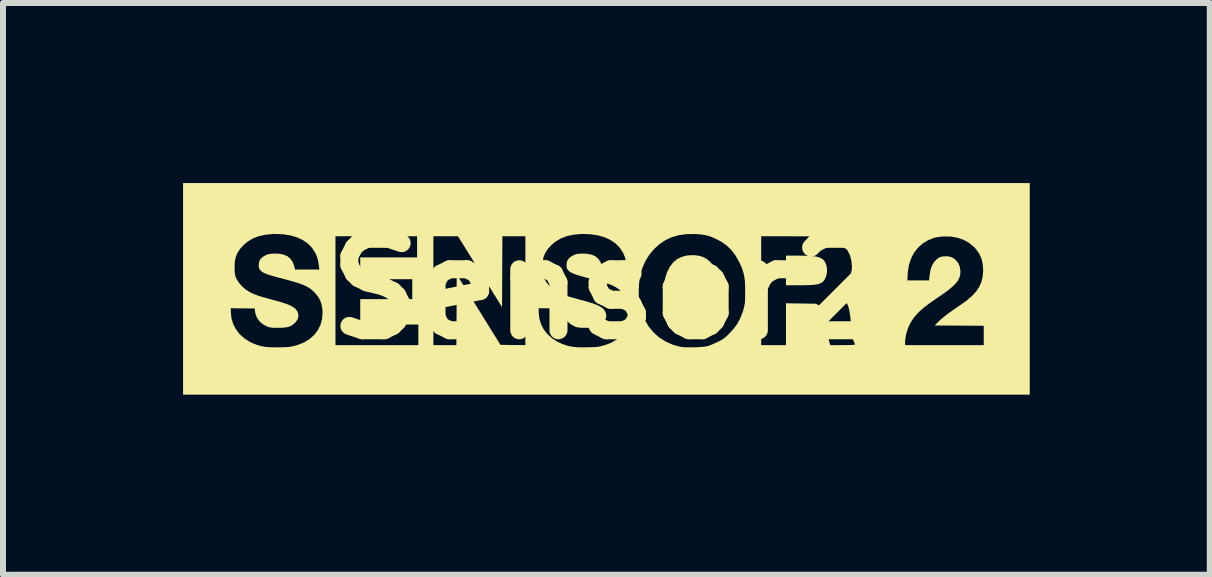
<source format=kicad_pcb>
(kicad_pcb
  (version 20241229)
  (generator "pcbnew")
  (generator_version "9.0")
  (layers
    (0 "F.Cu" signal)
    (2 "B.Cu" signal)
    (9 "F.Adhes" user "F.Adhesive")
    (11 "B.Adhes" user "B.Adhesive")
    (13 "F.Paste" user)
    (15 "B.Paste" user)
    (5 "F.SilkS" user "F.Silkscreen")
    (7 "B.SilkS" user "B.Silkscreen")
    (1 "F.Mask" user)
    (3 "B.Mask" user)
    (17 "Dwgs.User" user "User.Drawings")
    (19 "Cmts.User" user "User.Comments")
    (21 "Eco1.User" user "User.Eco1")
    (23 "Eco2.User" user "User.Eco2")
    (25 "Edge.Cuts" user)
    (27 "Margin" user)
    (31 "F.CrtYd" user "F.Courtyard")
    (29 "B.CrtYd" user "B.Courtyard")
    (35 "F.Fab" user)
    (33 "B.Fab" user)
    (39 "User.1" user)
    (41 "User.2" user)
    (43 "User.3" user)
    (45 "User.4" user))
  (footprint "Sensor2"
    (layer "F.Cu")
    (at 7.053 1.763)
    (property "Reference" "Sensor2" (at 0 0 0) (layer "F.SilkS") (effects (font (size 1.524 1.524) (thickness 0.3))))
    (attr board_only exclude_from_pos_files exclude_from_bom)
    (fp_poly (pts (xy 3.191 -0.554) (xy 3.294 -0.553) (xy 3.378 -0.55) (xy 3.447 -0.545) (xy 3.502 -0.537) (xy 3.546 -0.525) (xy 3.58 -0.51) (xy 3.608 -0.49) (xy 3.63 -0.466) (xy 3.64 -0.451) (xy 3.664 -0.4) (xy 3.675 -0.341) (xy 3.675 -0.28) (xy 3.664 -0.22) (xy 3.643 -0.167) (xy 3.613 -0.124) (xy 3.593 -0.107) (xy 3.566 -0.093) (xy 3.536 -0.082) (xy 3.497 -0.073) (xy 3.449 -0.067) (xy 3.388 -0.063) (xy 3.312 -0.061) (xy 3.222 -0.06) (xy 2.992 -0.06) (xy 2.992 -0.554)) (stroke (width 0) (type solid)) (fill yes) (layer "F.SilkS"))
    (fp_poly (pts (xy 1.46 -0.562) (xy 1.541 -0.552) (xy 1.609 -0.532) (xy 1.669 -0.5) (xy 1.723 -0.456) (xy 1.79 -0.381) (xy 1.841 -0.293) (xy 1.877 -0.192) (xy 1.898 -0.079) (xy 1.903 0.047) (xy 1.901 0.082) (xy 1.894 0.17) (xy 1.882 0.245) (xy 1.862 0.312) (xy 1.834 0.377) (xy 1.831 0.382) (xy 1.78 0.464) (xy 1.716 0.531) (xy 1.641 0.582) (xy 1.558 0.615) (xy 1.465 0.631) (xy 1.366 0.628) (xy 1.336 0.624) (xy 1.274 0.607) (xy 1.21 0.577) (xy 1.15 0.538) (xy 1.114 0.507) (xy 1.057 0.436) (xy 1.012 0.35) (xy 0.979 0.254) (xy 0.959 0.148) (xy 0.952 0.037) (xy 0.958 -0.056) (xy 0.978 -0.175) (xy 1.011 -0.278) (xy 1.055 -0.366) (xy 1.111 -0.439) (xy 1.178 -0.495) (xy 1.256 -0.534) (xy 1.344 -0.557) (xy 1.442 -0.562)) (stroke (width 0) (type solid)) (fill yes) (layer "F.SilkS"))
    (fp_poly (pts (xy 7.053 1.763) (xy -7.053 1.763) (xy -7.053 0.322) (xy -6.257 0.322) (xy -6.257 0.385) (xy -6.247 0.488) (xy -6.218 0.585) (xy -6.172 0.674) (xy -6.11 0.755) (xy -6.031 0.825) (xy -5.939 0.883) (xy -5.872 0.914) (xy -5.81 0.937) (xy -5.75 0.954) (xy -5.686 0.965) (xy -5.615 0.972) (xy -5.532 0.974) (xy -5.451 0.973) (xy -5.382 0.972) (xy -5.329 0.97) (xy -5.287 0.967) (xy -5.253 0.962) (xy -5.222 0.956) (xy -5.189 0.947) (xy -5.176 0.943) (xy -5.128 0.928) (xy -5.081 0.91) (xy -5.042 0.894) (xy -5.035 0.89) (xy -4.943 0.834) (xy -4.866 0.765) (xy -4.806 0.685) (xy -4.762 0.596) (xy -4.736 0.498) (xy -4.729 0.394) (xy -4.734 0.322) (xy -4.75 0.243) (xy -4.776 0.177) (xy -4.814 0.116) (xy -4.851 0.072) (xy -4.884 0.039) (xy -4.916 0.01) (xy -4.952 -0.016) (xy -4.992 -0.039) (xy -5.04 -0.062) (xy -5.096 -0.083) (xy -5.164 -0.106) (xy -5.246 -0.13) (xy -5.343 -0.157) (xy -5.436 -0.181) (xy -5.531 -0.206) (xy -5.608 -0.229) (xy -5.668 -0.25) (xy -5.715 -0.271) (xy -5.749 -0.293) (xy -5.771 -0.316) (xy -5.785 -0.342) (xy -5.792 -0.372) (xy -5.793 -0.398) (xy -5.786 -0.452) (xy -5.763 -0.497) (xy -5.723 -0.535) (xy -5.667 -0.566) (xy -5.619 -0.581) (xy -5.558 -0.588) (xy -5.491 -0.588) (xy -5.424 -0.581) (xy -5.375 -0.57) (xy -5.312 -0.543) (xy -5.263 -0.501) (xy -5.225 -0.445) (xy -5.199 -0.373) (xy -5.194 -0.35) (xy -5.188 -0.322) (xy -4.783 -0.322) (xy -4.79 -0.38) (xy -4.801 -0.456) (xy -4.816 -0.518) (xy -4.838 -0.575) (xy -4.853 -0.605) (xy -4.906 -0.686) (xy -4.975 -0.756) (xy -5.059 -0.814) (xy -5.156 -0.859) (xy -5.217 -0.877) (xy -4.514 -0.877) (xy -4.514 0.937) (xy -3.133 0.937) (xy -3.133 0.594) (xy -4.101 0.594) (xy -4.101 0.171) (xy -3.234 0.171) (xy -3.234 -0.161) (xy -4.101 -0.161) (xy -4.101 -0.524) (xy -3.154 -0.524) (xy -3.154 -0.877) (xy -2.882 -0.877) (xy -2.882 0.937) (xy -2.499 0.937) (xy -2.496 0.348) (xy -2.494 -0.241) (xy -2.129 0.346) (xy -1.765 0.932) (xy -1.557 0.935) (xy -1.35 0.937) (xy -1.35 0.322) (xy -1.128 0.322) (xy -1.128 0.385) (xy -1.118 0.488) (xy -1.09 0.585) (xy -1.044 0.675) (xy -0.981 0.755) (xy -0.903 0.825) (xy -0.81 0.884) (xy -0.744 0.914) (xy -0.682 0.937) (xy -0.621 0.954) (xy -0.558 0.965) (xy -0.487 0.972) (xy -0.404 0.974) (xy -0.322 0.973) (xy -0.254 0.972) (xy -0.201 0.97) (xy -0.159 0.967) (xy -0.125 0.962) (xy -0.093 0.956) (xy -0.061 0.947) (xy -0.047 0.943) (xy 0.000179 0.928) (xy 0.047 0.91) (xy 0.086 0.894) (xy 0.094 0.89) (xy 0.186 0.834) (xy 0.262 0.765) (xy 0.323 0.685) (xy 0.366 0.596) (xy 0.392 0.498) (xy 0.4 0.394) (xy 0.394 0.322) (xy 0.378 0.243) (xy 0.353 0.177) (xy 0.314 0.116) (xy 0.287 0.084) (xy 0.539 0.084) (xy 0.542 0.163) (xy 0.549 0.231) (xy 0.553 0.257) (xy 0.589 0.394) (xy 0.64 0.518) (xy 0.706 0.629) (xy 0.786 0.726) (xy 0.88 0.809) (xy 0.987 0.877) (xy 1.106 0.93) (xy 1.219 0.962) (xy 1.262 0.969) (xy 1.32 0.973) (xy 1.387 0.974) (xy 1.459 0.974) (xy 1.53 0.971) (xy 1.596 0.966) (xy 1.652 0.96) (xy 1.688 0.953) (xy 1.722 0.941) (xy 1.732 0.937) (xy 2.579 0.937) (xy 2.992 0.937) (xy 2.992 0.24) (xy 3.493 0.247) (xy 3.542 0.277) (xy 3.576 0.303) (xy 3.605 0.335) (xy 3.628 0.375) (xy 3.647 0.426) (xy 3.662 0.491) (xy 3.675 0.57) (xy 3.685 0.667) (xy 3.687 0.69) (xy 3.692 0.741) (xy 3.696 0.784) (xy 3.7 0.817) (xy 3.702 0.835) (xy 3.703 0.836) (xy 3.707 0.855) (xy 3.715 0.884) (xy 3.718 0.894) (xy 3.729 0.937) (xy 3.935 0.937) (xy 4.016 0.936) (xy 4.077 0.935) (xy 4.117 0.932) (xy 4.138 0.929) (xy 4.141 0.926) (xy 4.137 0.911) (xy 4.126 0.887) (xy 4.126 0.886) (xy 4.977 0.886) (xy 4.977 0.937) (xy 6.287 0.937) (xy 6.287 0.615) (xy 5.878 0.612) (xy 5.469 0.61) (xy 5.528 0.55) (xy 5.569 0.511) (xy 5.621 0.468) (xy 5.685 0.418) (xy 5.762 0.362) (xy 5.855 0.298) (xy 5.906 0.263) (xy 6.009 0.189) (xy 6.094 0.115) (xy 6.161 0.042) (xy 6.212 -0.034) (xy 6.247 -0.114) (xy 6.268 -0.199) (xy 6.277 -0.292) (xy 6.277 -0.309) (xy 6.27 -0.412) (xy 6.25 -0.502) (xy 6.213 -0.584) (xy 6.16 -0.659) (xy 6.125 -0.698) (xy 6.044 -0.765) (xy 5.951 -0.817) (xy 5.848 -0.853) (xy 5.736 -0.872) (xy 5.617 -0.873) (xy 5.566 -0.869) (xy 5.516 -0.862) (xy 5.474 -0.854) (xy 5.461 -0.851) (xy 5.358 -0.81) (xy 5.267 -0.754) (xy 5.189 -0.683) (xy 5.124 -0.599) (xy 5.075 -0.503) (xy 5.04 -0.395) (xy 5.022 -0.276) (xy 5.02 -0.249) (xy 5.015 -0.141) (xy 5.377 -0.141) (xy 5.383 -0.214) (xy 5.398 -0.309) (xy 5.425 -0.389) (xy 5.465 -0.455) (xy 5.517 -0.506) (xy 5.523 -0.51) (xy 5.552 -0.527) (xy 5.583 -0.537) (xy 5.625 -0.542) (xy 5.632 -0.542) (xy 5.695 -0.542) (xy 5.746 -0.53) (xy 5.792 -0.505) (xy 5.82 -0.481) (xy 5.862 -0.43) (xy 5.888 -0.37) (xy 5.898 -0.299) (xy 5.899 -0.282) (xy 5.894 -0.233) (xy 5.881 -0.186) (xy 5.858 -0.14) (xy 5.823 -0.094) (xy 5.775 -0.045) (xy 5.713 0.008) (xy 5.635 0.066) (xy 5.556 0.121) (xy 5.464 0.184) (xy 5.386 0.239) (xy 5.322 0.287) (xy 5.267 0.331) (xy 5.221 0.372) (xy 5.181 0.412) (xy 5.144 0.454) (xy 5.109 0.498) (xy 5.108 0.5) (xy 5.061 0.575) (xy 5.022 0.663) (xy 4.994 0.755) (xy 4.979 0.846) (xy 4.977 0.886) (xy 4.126 0.886) (xy 4.125 0.885) (xy 4.111 0.847) (xy 4.098 0.792) (xy 4.087 0.723) (xy 4.079 0.643) (xy 4.076 0.594) (xy 4.069 0.511) (xy 4.06 0.432) (xy 4.048 0.362) (xy 4.034 0.305) (xy 4.024 0.275) (xy 3.994 0.219) (xy 3.954 0.168) (xy 3.91 0.127) (xy 3.88 0.108) (xy 3.829 0.083) (xy 3.888 0.047) (xy 3.96 -0.008) (xy 4.015 -0.076) (xy 4.056 -0.156) (xy 4.081 -0.249) (xy 4.09 -0.355) (xy 4.091 -0.372) (xy 4.081 -0.474) (xy 4.055 -0.567) (xy 4.011 -0.651) (xy 3.951 -0.724) (xy 3.876 -0.785) (xy 3.826 -0.814) (xy 3.799 -0.827) (xy 3.774 -0.838) (xy 3.748 -0.847) (xy 3.721 -0.855) (xy 3.689 -0.861) (xy 3.651 -0.866) (xy 3.606 -0.87) (xy 3.551 -0.872) (xy 3.485 -0.874) (xy 3.405 -0.875) (xy 3.311 -0.876) (xy 3.199 -0.876) (xy 3.101 -0.876) (xy 2.579 -0.877) (xy 2.579 0.937) (xy 1.732 0.937) (xy 1.768 0.923) (xy 1.818 0.901) (xy 1.854 0.884) (xy 1.903 0.859) (xy 1.942 0.836) (xy 1.976 0.811) (xy 2.013 0.778) (xy 2.051 0.741) (xy 2.125 0.659) (xy 2.185 0.575) (xy 2.233 0.483) (xy 2.273 0.378) (xy 2.289 0.322) (xy 2.297 0.29) (xy 2.303 0.259) (xy 2.308 0.227) (xy 2.31 0.189) (xy 2.312 0.14) (xy 2.312 0.078) (xy 2.312 0.04) (xy 2.311 -0.054) (xy 2.307 -0.133) (xy 2.298 -0.201) (xy 2.285 -0.263) (xy 2.266 -0.324) (xy 2.241 -0.387) (xy 2.217 -0.438) (xy 2.158 -0.546) (xy 2.091 -0.637) (xy 2.014 -0.714) (xy 1.925 -0.779) (xy 1.839 -0.826) (xy 1.772 -0.857) (xy 1.711 -0.88) (xy 1.65 -0.895) (xy 1.584 -0.906) (xy 1.505 -0.912) (xy 1.471 -0.914) (xy 1.332 -0.912) (xy 1.204 -0.894) (xy 1.087 -0.86) (xy 0.98 -0.81) (xy 0.881 -0.742) (xy 0.801 -0.67) (xy 0.718 -0.573) (xy 0.651 -0.466) (xy 0.599 -0.348) (xy 0.562 -0.22) (xy 0.552 -0.158) (xy 0.544 -0.082) (xy 0.54 0.000448) (xy 0.539 0.084) (xy 0.287 0.084) (xy 0.277 0.072) (xy 0.245 0.039) (xy 0.212 0.01) (xy 0.176 -0.016) (xy 0.136 -0.039) (xy 0.089 -0.062) (xy 0.032 -0.083) (xy -0.036 -0.106) (xy -0.117 -0.13) (xy -0.214 -0.157) (xy -0.307 -0.181) (xy -0.402 -0.206) (xy -0.479 -0.229) (xy -0.54 -0.25) (xy -0.586 -0.271) (xy -0.62 -0.293) (xy -0.643 -0.316) (xy -0.657 -0.342) (xy -0.664 -0.372) (xy -0.665 -0.398) (xy -0.658 -0.452) (xy -0.635 -0.497) (xy -0.595 -0.535) (xy -0.539 -0.566) (xy -0.49 -0.581) (xy -0.429 -0.588) (xy -0.362 -0.588) (xy -0.296 -0.581) (xy -0.247 -0.57) (xy -0.184 -0.543) (xy -0.134 -0.501) (xy -0.097 -0.445) (xy -0.071 -0.373) (xy -0.066 -0.35) (xy -0.06 -0.322) (xy 0.345 -0.322) (xy 0.338 -0.38) (xy 0.327 -0.456) (xy 0.312 -0.518) (xy 0.29 -0.575) (xy 0.276 -0.605) (xy 0.222 -0.686) (xy 0.153 -0.756) (xy 0.069 -0.814) (xy -0.028 -0.859) (xy -0.138 -0.891) (xy -0.26 -0.91) (xy -0.393 -0.915) (xy -0.428 -0.914) (xy -0.554 -0.902) (xy -0.665 -0.877) (xy -0.764 -0.838) (xy -0.852 -0.785) (xy -0.914 -0.732) (xy -0.975 -0.666) (xy -1.019 -0.599) (xy -1.048 -0.527) (xy -1.063 -0.446) (xy -1.067 -0.353) (xy -1.066 -0.337) (xy -1.063 -0.285) (xy -1.06 -0.246) (xy -1.053 -0.216) (xy -1.044 -0.189) (xy -1.033 -0.165) (xy -0.994 -0.102) (xy -0.94 -0.041) (xy -0.876 0.014) (xy -0.809 0.056) (xy -0.796 0.063) (xy -0.758 0.08) (xy -0.721 0.095) (xy -0.681 0.11) (xy -0.636 0.125) (xy -0.581 0.141) (xy -0.513 0.16) (xy -0.431 0.183) (xy -0.398 0.191) (xy -0.3 0.219) (xy -0.22 0.244) (xy -0.156 0.268) (xy -0.106 0.293) (xy -0.068 0.318) (xy -0.04 0.346) (xy -0.02 0.376) (xy -0.013 0.391) (xy -0.001 0.443) (xy -0.009 0.493) (xy -0.038 0.541) (xy -0.06 0.565) (xy -0.097 0.598) (xy -0.136 0.621) (xy -0.18 0.636) (xy -0.234 0.645) (xy -0.301 0.649) (xy -0.343 0.649) (xy -0.4 0.649) (xy -0.442 0.646) (xy -0.475 0.642) (xy -0.503 0.635) (xy -0.525 0.627) (xy -0.594 0.59) (xy -0.651 0.541) (xy -0.693 0.482) (xy -0.719 0.416) (xy -0.724 0.385) (xy -0.73 0.327) (xy -0.929 0.325) (xy -1.128 0.322) (xy -1.35 0.322) (xy -1.35 -0.877) (xy -1.733 -0.877) (xy -1.738 0.305) (xy -2.105 -0.286) (xy -2.473 -0.877) (xy -2.882 -0.877) (xy -3.154 -0.877) (xy -4.514 -0.877) (xy -5.217 -0.877) (xy -5.267 -0.891) (xy -5.389 -0.91) (xy -5.521 -0.915) (xy -5.557 -0.914) (xy -5.682 -0.902) (xy -5.794 -0.877) (xy -5.893 -0.838) (xy -5.98 -0.785) (xy -6.043 -0.732) (xy -6.103 -0.666) (xy -6.147 -0.599) (xy -6.176 -0.527) (xy -6.192 -0.446) (xy -6.195 -0.353) (xy -6.194 -0.337) (xy -6.192 -0.285) (xy -6.188 -0.246) (xy -6.182 -0.216) (xy -6.172 -0.189) (xy -6.161 -0.165) (xy -6.122 -0.102) (xy -6.068 -0.041) (xy -6.005 0.014) (xy -5.937 0.056) (xy -5.924 0.063) (xy -5.887 0.08) (xy -5.85 0.095) (xy -5.81 0.11) (xy -5.764 0.125) (xy -5.709 0.141) (xy -5.642 0.16) (xy -5.559 0.183) (xy -5.526 0.191) (xy -5.429 0.219) (xy -5.349 0.244) (xy -5.285 0.268) (xy -5.235 0.293) (xy -5.197 0.318) (xy -5.169 0.346) (xy -5.148 0.376) (xy -5.141 0.391) (xy -5.13 0.443) (xy -5.138 0.493) (xy -5.166 0.541) (xy -5.188 0.565) (xy -5.226 0.598) (xy -5.264 0.621) (xy -5.309 0.636) (xy -5.362 0.645) (xy -5.429 0.649) (xy -5.471 0.649) (xy -5.528 0.649) (xy -5.571 0.646) (xy -5.603 0.642) (xy -5.631 0.635) (xy -5.653 0.627) (xy -5.723 0.59) (xy -5.78 0.541) (xy -5.822 0.482) (xy -5.847 0.416) (xy -5.853 0.385) (xy -5.859 0.327) (xy -6.058 0.325) (xy -6.257 0.322) (xy -7.053 0.322) (xy -7.053 -1.763) (xy 7.053 -1.763)) (stroke (width 0) (type solid)) (fill yes) (layer "F.SilkS")))
  (gr_rect
    (start -3 -3)
    (end 17.106 6.526)
    (stroke (width 0.1) (type default))
    (fill no)
    (layer "Edge.Cuts")))
</source>
